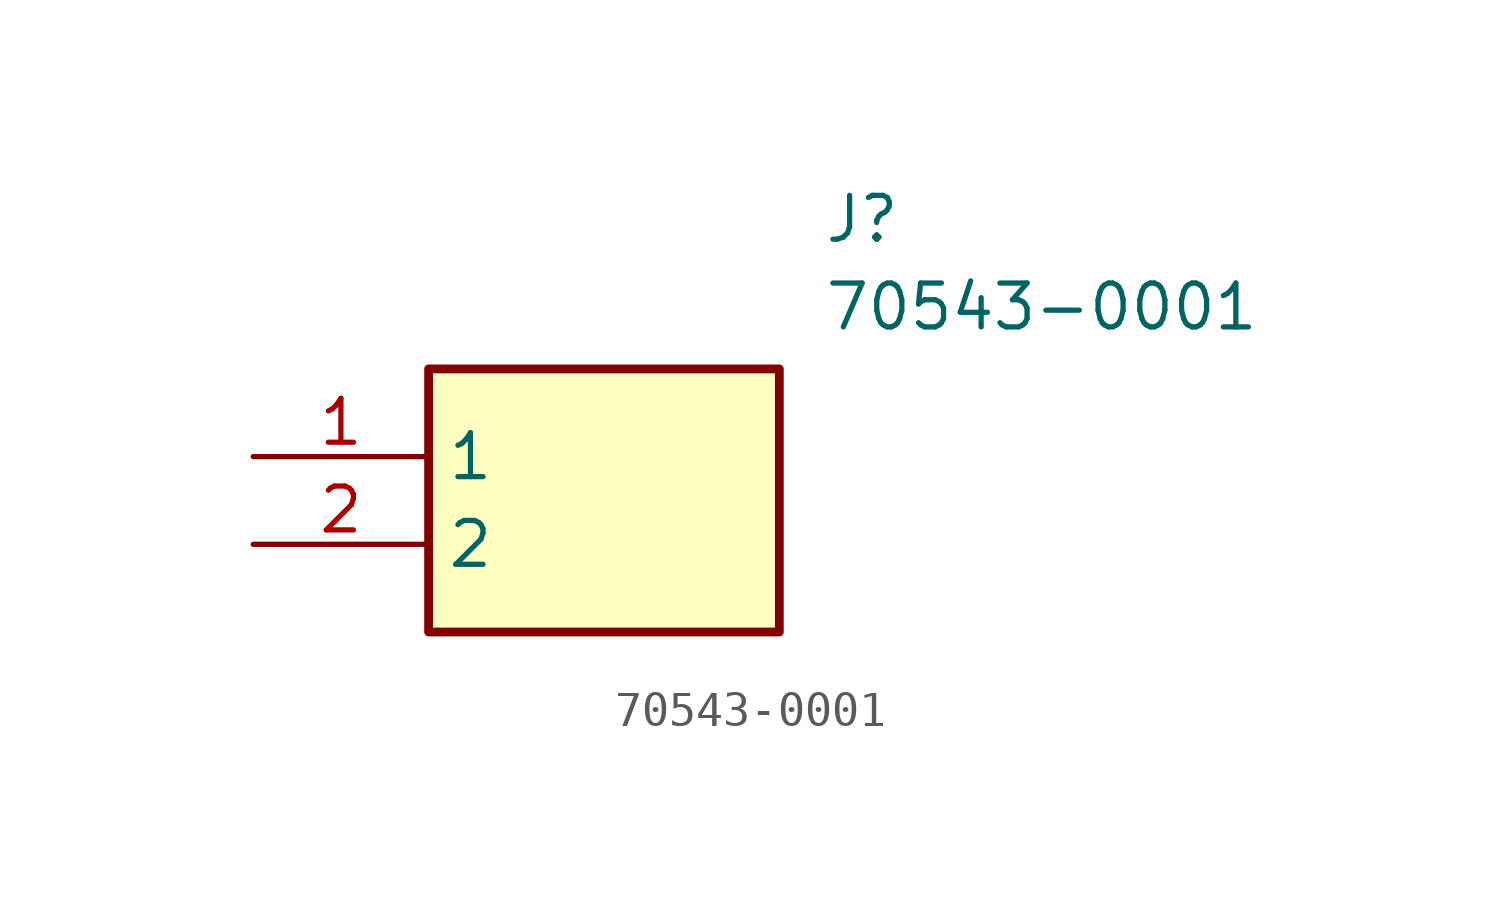
<source format=kicad_sym>
(kicad_symbol_lib
  (version 20211014)
  (generator SamacSys_ECAD_Model)
  (symbol "70543-0001"
    (property "Reference" "J"
      (at 16.51 7.62 0)
      (effects (font (size 1.27 1.27)) (justify left top)))
    (property "Value" "70543-0001"
      (at 16.51 5.08 0)
      (effects (font (size 1.27 1.27)) (justify left top)))
    (rectangle
      (start 5.08 2.54)
      (end 15.24 -5.08)
      (stroke (width 0.254) (type default))
      (fill (type background)))
    (pin passive line
      (at 0 0 0)
      (length 5.08)
      (name "1" (effects (font (size 1.27 1.27))))
      (number "1" (effects (font (size 1.27 1.27)))))
    (pin passive line
      (at 0 -2.54 0)
      (length 5.08)
      (name "2" (effects (font (size 1.27 1.27))))
      (number "2" (effects (font (size 1.27 1.27)))))))
</source>
